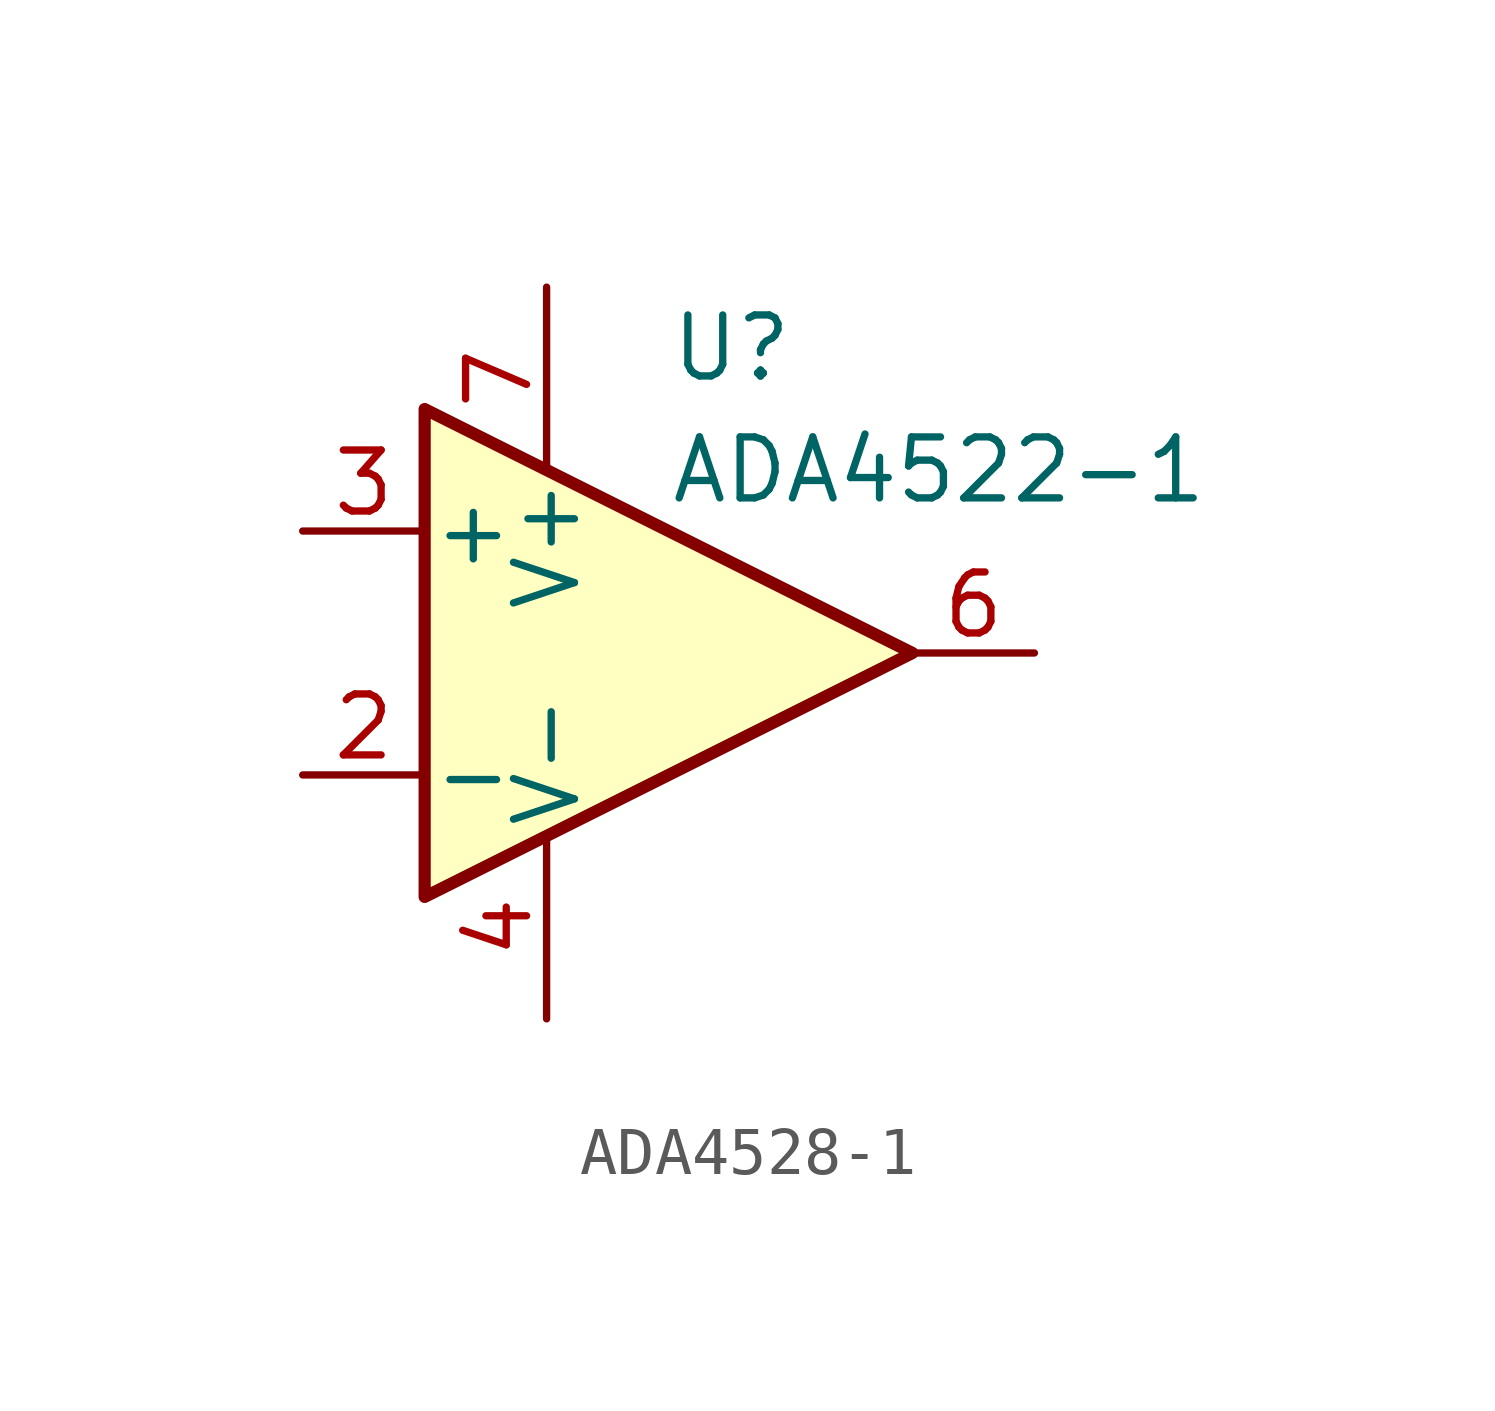
<source format=kicad_sym>
(kicad_symbol_lib
  (version 20241209)
  (generator "kicad_symbol_editor")
  (generator_version "9.0")
  (symbol "ADA4528-1"
    (pin_names
      (offset 0.127))
    (property "Reference" "U"
      (at 0 6.35 0)
      (effects (font (size 1.27 1.27)) (justify left)))
    (property "Value" "ADA4522-1"
      (at 0 3.81 0)
      (effects (font (size 1.27 1.27)) (justify left)))
    (symbol "ADA4528-1_0_1"
      (polyline (pts (xy -5.08 5.08) (xy 5.08 0) (xy -5.08 -5.08) (xy -5.08 5.08)) (stroke (width 0.254) (type default)) (fill (type background))))
    (symbol "ADA4528-1_1_1"
      (pin input line (at -7.62 2.54 0) (length 2.54) (name "+" (effects (font (size 1.27 1.27)))) (number "3" (effects (font (size 1.27 1.27)))))
      (pin input line (at -7.62 -2.54 0) (length 2.54) (name "-" (effects (font (size 1.27 1.27)))) (number "2" (effects (font (size 1.27 1.27)))))
      (pin power_in line (at -2.54 7.62 270) (length 3.81) (name "V+" (effects (font (size 1.27 1.27)))) (number "7" (effects (font (size 1.27 1.27)))))
      (pin no_connect line (at -2.54 2.54 270) (length 2.54) (hide yes) (name "NC" (effects (font (size 1.27 1.27)))) (number "1" (effects (font (size 1.27 1.27)))))
      (pin power_in line (at -2.54 -7.62 90) (length 3.81) (name "V-" (effects (font (size 1.27 1.27)))) (number "4" (effects (font (size 1.27 1.27)))))
      (pin no_connect line (at 0 2.54 270) (length 2.54) (hide yes) (name "NC" (effects (font (size 1.27 1.27)))) (number "5" (effects (font (size 1.27 1.27)))))
      (pin no_connect line (at 0 -2.54 90) (length 2.54) (hide yes) (name "NC" (effects (font (size 1.27 1.27)))) (number "8" (effects (font (size 1.27 1.27)))))
      (pin output line (at 7.62 0 180) (length 2.54) (name "~" (effects (font (size 1.27 1.27)))) (number "6" (effects (font (size 1.27 1.27))))))))
</source>
